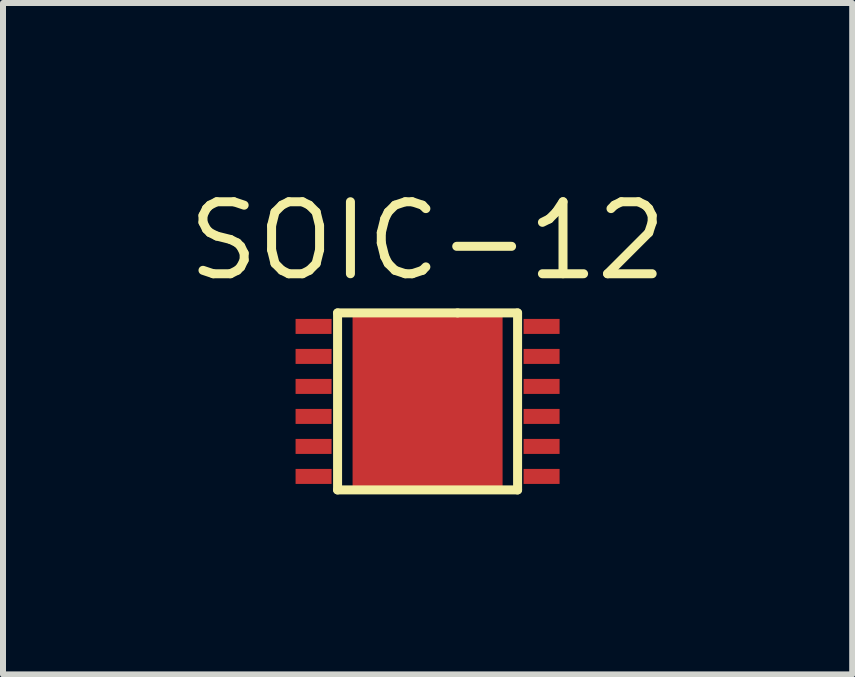
<source format=kicad_pcb>
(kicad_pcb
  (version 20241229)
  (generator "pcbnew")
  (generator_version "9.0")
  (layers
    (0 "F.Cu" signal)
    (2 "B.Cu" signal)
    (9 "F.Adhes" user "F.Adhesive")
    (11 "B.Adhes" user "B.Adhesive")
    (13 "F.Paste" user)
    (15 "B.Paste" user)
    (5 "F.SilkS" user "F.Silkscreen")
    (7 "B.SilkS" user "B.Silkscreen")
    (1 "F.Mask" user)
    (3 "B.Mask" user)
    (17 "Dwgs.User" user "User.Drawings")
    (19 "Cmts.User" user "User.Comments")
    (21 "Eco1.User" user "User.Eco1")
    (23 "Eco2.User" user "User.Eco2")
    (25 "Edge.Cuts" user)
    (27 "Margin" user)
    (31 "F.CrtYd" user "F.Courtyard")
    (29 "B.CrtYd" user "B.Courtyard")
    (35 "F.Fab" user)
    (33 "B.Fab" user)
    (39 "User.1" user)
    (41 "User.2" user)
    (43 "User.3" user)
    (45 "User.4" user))
  (footprint "SOIC-12"
    (layer "F.Cu")
    (at 4.076 3.64)
    (property "Reference" "SOIC-12" (at 0 -2.675 0) (layer "F.SilkS") (effects (font (size 1.2 1.2) (thickness 0.15))))
    (attr through_hole)
    (fp_line (start -1.5 -1.475) (end -1.5 1.475) (stroke (width 0.15) (type solid)) (layer "F.SilkS"))
    (fp_line (start -1.5 1.475) (end 1.5 1.475) (stroke (width 0.15) (type solid)) (layer "F.SilkS"))
    (fp_line (start 0.5 -1.475) (end -1.5 -1.475) (stroke (width 0.15) (type solid)) (layer "F.SilkS"))
    (fp_line (start 1.5 -1.475) (end 0.5 -1.475) (stroke (width 0.15) (type solid)) (layer "F.SilkS"))
    (fp_line (start 1.5 1.475) (end 1.5 -1.475) (stroke (width 0.15) (type solid)) (layer "F.SilkS"))
    (pad "1" smd rect (at -1.9 -1.25 270) (size 0.25 0.6) (layers "F.Cu" "F.Mask" "F.Paste"))
    (pad "2" smd rect (at -1.9 -0.75 270) (size 0.25 0.6) (layers "F.Cu" "F.Mask" "F.Paste"))
    (pad "3" smd rect (at -1.9 -0.25 270) (size 0.25 0.6) (layers "F.Cu" "F.Mask" "F.Paste"))
    (pad "4" smd rect (at -1.9 0.25 270) (size 0.25 0.6) (layers "F.Cu" "F.Mask" "F.Paste"))
    (pad "5" smd rect (at -1.9 0.75 270) (size 0.25 0.6) (layers "F.Cu" "F.Mask" "F.Paste"))
    (pad "6" smd rect (at -1.9 1.25 270) (size 0.25 0.6) (layers "F.Cu" "F.Mask" "F.Paste"))
    (pad "7" smd rect (at 1.9 1.25 270) (size 0.25 0.6) (layers "F.Cu" "F.Mask" "F.Paste"))
    (pad "8" smd rect (at 1.9 0.75 270) (size 0.25 0.6) (layers "F.Cu" "F.Mask" "F.Paste"))
    (pad "9" smd rect (at 1.9 0.25 270) (size 0.25 0.6) (layers "F.Cu" "F.Mask" "F.Paste"))
    (pad "10" smd rect (at 1.9 -0.25 270) (size 0.25 0.6) (layers "F.Cu" "F.Mask" "F.Paste"))
    (pad "11" smd rect (at 1.9 -0.75 270) (size 0.25 0.6) (layers "F.Cu" "F.Mask" "F.Paste"))
    (pad "12" smd rect (at 1.9 -1.25 270) (size 0.25 0.6) (layers "F.Cu" "F.Mask" "F.Paste"))
    (pad "13" smd rect (at 0 0) (size 2.5 3) (layers "F.Cu" "F.Mask" "F.Paste")))
  (gr_rect
    (start -3 -3)
    (end 11.153 8.19)
    (stroke (width 0.1) (type default))
    (fill no)
    (layer "Edge.Cuts")))
</source>
